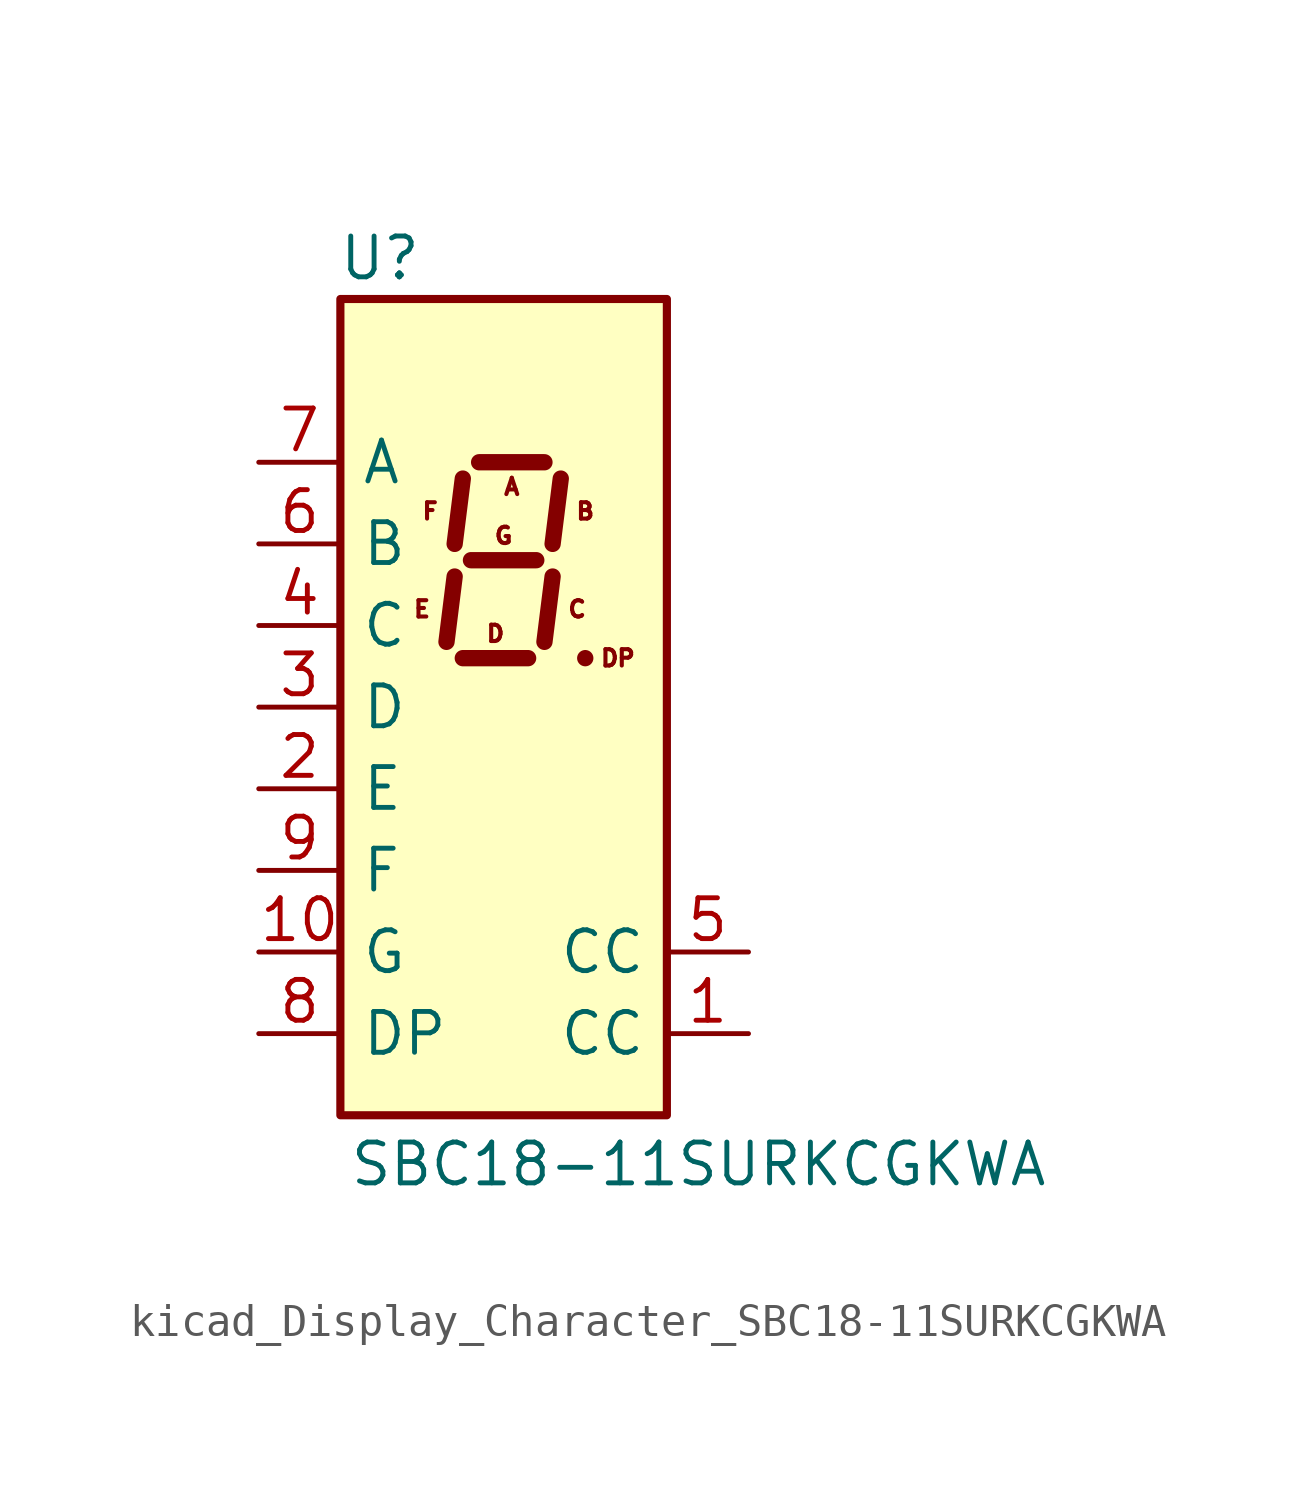
<source format=kicad_sym>
(kicad_symbol_lib
  (version 20220914)
  (generator kicad_symbol_editor)
  (symbol "kicad_Display_Character_SBC18-11SURKCGKWA"
    (pin_names
      (offset 0.635))
    (property "Reference" "U"
      (at -2.54 13.97 0)
      (effects (font (size 1.27 1.27)) (justify right)))
    (property "Value" "SBC18-11SURKCGKWA"
      (at -4.826 -14.224 0)
      (effects (font (size 1.27 1.27)) (justify left)))
    (symbol "kicad_Display_Character_SBC18-11SURKCGKWA_0_0"
      (text "A" (at 0.254 6.858 0) (effects (font (size 0.508 0.508))))
      (text "B" (at 2.54 6.096 0) (effects (font (size 0.508 0.508))))
      (text "C" (at 2.286 3.048 0) (effects (font (size 0.508 0.508))))
      (text "D" (at -0.254 2.286 0) (effects (font (size 0.508 0.508))))
      (text "DP" (at 3.556 1.524 0) (effects (font (size 0.508 0.508))))
      (text "E" (at -2.54 3.048 0) (effects (font (size 0.508 0.508))))
      (text "F" (at -2.286 6.096 0) (effects (font (size 0.508 0.508))))
      (text "G" (at 0 5.334 0) (effects (font (size 0.508 0.508)))))
    (symbol "kicad_Display_Character_SBC18-11SURKCGKWA_0_1"
      (rectangle (start -5.08 12.7) (end 5.08 -12.7) (stroke (width 0.254) (type default)) (fill (type background)))
      (polyline (pts (xy -1.524 4.064) (xy -1.778 2.032)) (stroke (width 0.508) (type default)) (fill (type none)))
      (polyline (pts (xy -1.27 1.524) (xy 0.762 1.524)) (stroke (width 0.508) (type default)) (fill (type none)))
      (polyline (pts (xy -1.27 7.112) (xy -1.524 5.08)) (stroke (width 0.508) (type default)) (fill (type none)))
      (polyline (pts (xy -1.016 4.572) (xy 1.016 4.572)) (stroke (width 0.508) (type default)) (fill (type none)))
      (polyline (pts (xy -0.762 7.62) (xy 1.27 7.62)) (stroke (width 0.508) (type default)) (fill (type none)))
      (polyline (pts (xy 1.524 4.064) (xy 1.27 2.032)) (stroke (width 0.508) (type default)) (fill (type none)))
      (polyline (pts (xy 1.778 7.112) (xy 1.524 5.08)) (stroke (width 0.508) (type default)) (fill (type none)))
      (polyline (pts (xy 2.54 1.524) (xy 2.54 1.524)) (stroke (width 0.508) (type default)) (fill (type none))))
    (symbol "kicad_Display_Character_SBC18-11SURKCGKWA_1_1"
      (pin input line (at 7.62 -10.16 180) (length 2.54) (name "CC" (effects (font (size 1.27 1.27)))) (number "1" (effects (font (size 1.27 1.27)))))
      (pin input line (at -7.62 -7.62 0) (length 2.54) (name "G" (effects (font (size 1.27 1.27)))) (number "10" (effects (font (size 1.27 1.27)))))
      (pin input line (at -7.62 -2.54 0) (length 2.54) (name "E" (effects (font (size 1.27 1.27)))) (number "2" (effects (font (size 1.27 1.27)))))
      (pin input line (at -7.62 0 0) (length 2.54) (name "D" (effects (font (size 1.27 1.27)))) (number "3" (effects (font (size 1.27 1.27)))))
      (pin input line (at -7.62 2.54 0) (length 2.54) (name "C" (effects (font (size 1.27 1.27)))) (number "4" (effects (font (size 1.27 1.27)))))
      (pin input line (at 7.62 -7.62 180) (length 2.54) (name "CC" (effects (font (size 1.27 1.27)))) (number "5" (effects (font (size 1.27 1.27)))))
      (pin input line (at -7.62 5.08 0) (length 2.54) (name "B" (effects (font (size 1.27 1.27)))) (number "6" (effects (font (size 1.27 1.27)))))
      (pin input line (at -7.62 7.62 0) (length 2.54) (name "A" (effects (font (size 1.27 1.27)))) (number "7" (effects (font (size 1.27 1.27)))))
      (pin input line (at -7.62 -10.16 0) (length 2.54) (name "DP" (effects (font (size 1.27 1.27)))) (number "8" (effects (font (size 1.27 1.27)))))
      (pin input line (at -7.62 -5.08 0) (length 2.54) (name "F" (effects (font (size 1.27 1.27)))) (number "9" (effects (font (size 1.27 1.27))))))))
</source>
